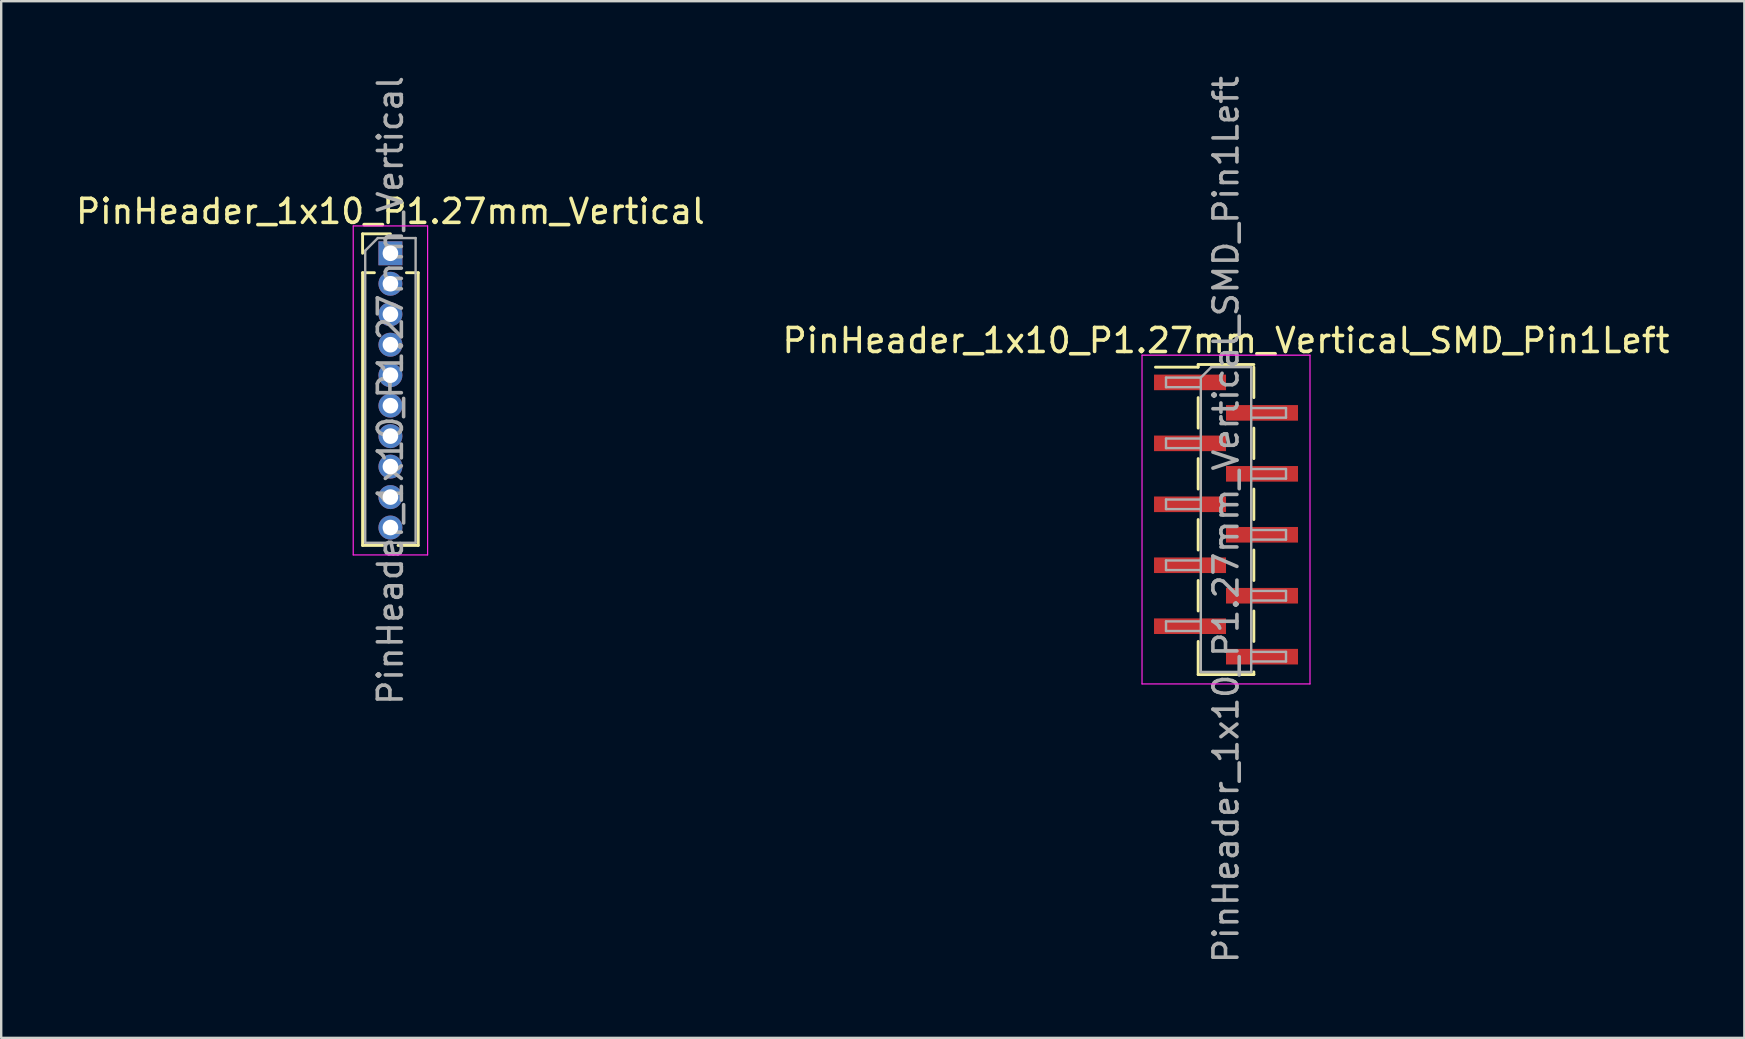
<source format=kicad_pcb>
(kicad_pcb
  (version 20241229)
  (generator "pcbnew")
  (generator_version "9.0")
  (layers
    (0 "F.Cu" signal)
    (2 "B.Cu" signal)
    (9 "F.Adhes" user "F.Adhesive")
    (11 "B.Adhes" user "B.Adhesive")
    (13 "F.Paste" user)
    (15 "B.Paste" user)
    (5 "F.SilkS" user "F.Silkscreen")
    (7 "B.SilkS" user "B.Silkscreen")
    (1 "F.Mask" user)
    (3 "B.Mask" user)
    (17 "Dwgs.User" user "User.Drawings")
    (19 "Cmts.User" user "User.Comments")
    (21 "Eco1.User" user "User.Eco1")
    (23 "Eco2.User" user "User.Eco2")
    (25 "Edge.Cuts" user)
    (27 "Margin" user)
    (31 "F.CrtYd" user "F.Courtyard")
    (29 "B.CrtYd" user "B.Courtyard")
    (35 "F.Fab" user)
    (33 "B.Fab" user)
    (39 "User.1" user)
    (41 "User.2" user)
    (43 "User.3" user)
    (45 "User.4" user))
  (footprint "PinHeader_1x10_P1.27mm_Vertical"
    (layer "F.Cu")
    (at 13.22 7.505)
    (property "Reference" "PinHeader_1x10_P1.27mm_Vertical" (at 0 -1.745 0) (layer "F.SilkS") (effects (font (size 1 1) (thickness 0.15))))
    (attr through_hole)
    (fp_line (start -1.16 -0.81) (end 0 -0.81) (stroke (width 0.12) (type solid)) (layer "F.SilkS"))
    (fp_line (start -1.16 0) (end -1.16 -0.81) (stroke (width 0.12) (type solid)) (layer "F.SilkS"))
    (fp_line (start -1.16 0.81) (end -1.16 12.175) (stroke (width 0.12) (type solid)) (layer "F.SilkS"))
    (fp_line (start -1.16 0.81) (end -0.667 0.81) (stroke (width 0.12) (type solid)) (layer "F.SilkS"))
    (fp_line (start -1.16 12.175) (end -0.318 12.175) (stroke (width 0.12) (type solid)) (layer "F.SilkS"))
    (fp_line (start 0.318 12.175) (end 1.16 12.175) (stroke (width 0.12) (type solid)) (layer "F.SilkS"))
    (fp_line (start 0.667 0.81) (end 1.16 0.81) (stroke (width 0.12) (type solid)) (layer "F.SilkS"))
    (fp_line (start 1.16 0.81) (end 1.16 12.175) (stroke (width 0.12) (type solid)) (layer "F.SilkS"))
    (fp_line (start -1.55 -1.14) (end -1.55 12.57) (stroke (width 0.05) (type solid)) (layer "F.CrtYd"))
    (fp_line (start -1.55 12.57) (end 1.55 12.57) (stroke (width 0.05) (type solid)) (layer "F.CrtYd"))
    (fp_line (start 1.55 -1.14) (end -1.55 -1.14) (stroke (width 0.05) (type solid)) (layer "F.CrtYd"))
    (fp_line (start 1.55 12.57) (end 1.55 -1.14) (stroke (width 0.05) (type solid)) (layer "F.CrtYd"))
    (fp_line (start -1.05 -0.11) (end -0.525 -0.635) (stroke (width 0.1) (type solid)) (layer "F.Fab"))
    (fp_line (start -1.05 12.065) (end -1.05 -0.11) (stroke (width 0.1) (type solid)) (layer "F.Fab"))
    (fp_line (start -0.525 -0.635) (end 1.05 -0.635) (stroke (width 0.1) (type solid)) (layer "F.Fab"))
    (fp_line (start 1.05 -0.635) (end 1.05 12.065) (stroke (width 0.1) (type solid)) (layer "F.Fab"))
    (fp_line (start 1.05 12.065) (end -1.05 12.065) (stroke (width 0.1) (type solid)) (layer "F.Fab"))
    (fp_text user "${REFERENCE}" (at 0 5.715 90) (layer "F.Fab") (effects (font (size 1 1) (thickness 0.15))))
    (pad "1" thru_hole rect (at 0 0) (size 1 1) (drill 0.65) (layers "*.Cu" "*.Mask"))
    (pad "2" thru_hole circle (at 0 1.27) (size 1 1) (drill 0.65) (layers "*.Cu" "*.Mask"))
    (pad "3" thru_hole circle (at 0 2.54) (size 1 1) (drill 0.65) (layers "*.Cu" "*.Mask"))
    (pad "4" thru_hole circle (at 0 3.81) (size 1 1) (drill 0.65) (layers "*.Cu" "*.Mask"))
    (pad "5" thru_hole circle (at 0 5.08) (size 1 1) (drill 0.65) (layers "*.Cu" "*.Mask"))
    (pad "6" thru_hole circle (at 0 6.35) (size 1 1) (drill 0.65) (layers "*.Cu" "*.Mask"))
    (pad "7" thru_hole circle (at 0 7.62) (size 1 1) (drill 0.65) (layers "*.Cu" "*.Mask"))
    (pad "8" thru_hole circle (at 0 8.89) (size 1 1) (drill 0.65) (layers "*.Cu" "*.Mask"))
    (pad "9" thru_hole circle (at 0 10.16) (size 1 1) (drill 0.65) (layers "*.Cu" "*.Mask"))
    (pad "10" thru_hole circle (at 0 11.43) (size 1 1) (drill 0.65) (layers "*.Cu" "*.Mask")))
  (footprint "PinHeader_1x10_P1.27mm_Vertical_SMD_Pin1Left"
    (layer "F.Cu")
    (at 48.042 18.601)
    (property "Reference" "PinHeader_1x10_P1.27mm_Vertical_SMD_Pin1Left" (at 0 -7.46 0) (layer "F.SilkS") (effects (font (size 1 1) (thickness 0.15))))
    (attr smd)
    (fp_line (start -1.16 -6.46) (end -1.16 -6.35) (stroke (width 0.12) (type solid)) (layer "F.SilkS"))
    (fp_line (start -1.16 -6.46) (end 1.16 -6.46) (stroke (width 0.12) (type solid)) (layer "F.SilkS"))
    (fp_line (start -1.16 -6.35) (end -2.94 -6.35) (stroke (width 0.12) (type solid)) (layer "F.SilkS"))
    (fp_line (start -1.16 -5.08) (end -1.16 -3.81) (stroke (width 0.12) (type solid)) (layer "F.SilkS"))
    (fp_line (start -1.16 -2.54) (end -1.16 -1.27) (stroke (width 0.12) (type solid)) (layer "F.SilkS"))
    (fp_line (start -1.16 0) (end -1.16 1.27) (stroke (width 0.12) (type solid)) (layer "F.SilkS"))
    (fp_line (start -1.16 2.54) (end -1.16 3.81) (stroke (width 0.12) (type solid)) (layer "F.SilkS"))
    (fp_line (start -1.16 5.08) (end -1.16 6.46) (stroke (width 0.12) (type solid)) (layer "F.SilkS"))
    (fp_line (start -1.16 6.46) (end 1.16 6.46) (stroke (width 0.12) (type solid)) (layer "F.SilkS"))
    (fp_line (start 1.16 -6.35) (end 1.16 -5.08) (stroke (width 0.12) (type solid)) (layer "F.SilkS"))
    (fp_line (start 1.16 -3.81) (end 1.16 -2.54) (stroke (width 0.12) (type solid)) (layer "F.SilkS"))
    (fp_line (start 1.16 -1.27) (end 1.16 0) (stroke (width 0.12) (type solid)) (layer "F.SilkS"))
    (fp_line (start 1.16 1.27) (end 1.16 2.54) (stroke (width 0.12) (type solid)) (layer "F.SilkS"))
    (fp_line (start 1.16 3.81) (end 1.16 5.08) (stroke (width 0.12) (type solid)) (layer "F.SilkS"))
    (fp_line (start 1.16 6.35) (end 1.16 6.46) (stroke (width 0.12) (type solid)) (layer "F.SilkS"))
    (fp_line (start -3.5 -6.85) (end -3.5 6.85) (stroke (width 0.05) (type solid)) (layer "F.CrtYd"))
    (fp_line (start -3.5 6.85) (end 3.5 6.85) (stroke (width 0.05) (type solid)) (layer "F.CrtYd"))
    (fp_line (start 3.5 -6.85) (end -3.5 -6.85) (stroke (width 0.05) (type solid)) (layer "F.CrtYd"))
    (fp_line (start 3.5 6.85) (end 3.5 -6.85) (stroke (width 0.05) (type solid)) (layer "F.CrtYd"))
    (fp_line (start -2.5 -5.915) (end -2.5 -5.515) (stroke (width 0.1) (type solid)) (layer "F.Fab"))
    (fp_line (start -2.5 -5.515) (end -1.05 -5.515) (stroke (width 0.1) (type solid)) (layer "F.Fab"))
    (fp_line (start -2.5 -3.375) (end -2.5 -2.975) (stroke (width 0.1) (type solid)) (layer "F.Fab"))
    (fp_line (start -2.5 -2.975) (end -1.05 -2.975) (stroke (width 0.1) (type solid)) (layer "F.Fab"))
    (fp_line (start -2.5 -0.835) (end -2.5 -0.435) (stroke (width 0.1) (type solid)) (layer "F.Fab"))
    (fp_line (start -2.5 -0.435) (end -1.05 -0.435) (stroke (width 0.1) (type solid)) (layer "F.Fab"))
    (fp_line (start -2.5 1.705) (end -2.5 2.105) (stroke (width 0.1) (type solid)) (layer "F.Fab"))
    (fp_line (start -2.5 2.105) (end -1.05 2.105) (stroke (width 0.1) (type solid)) (layer "F.Fab"))
    (fp_line (start -2.5 4.245) (end -2.5 4.645) (stroke (width 0.1) (type solid)) (layer "F.Fab"))
    (fp_line (start -2.5 4.645) (end -1.05 4.645) (stroke (width 0.1) (type solid)) (layer "F.Fab"))
    (fp_line (start -1.05 -5.915) (end -2.5 -5.915) (stroke (width 0.1) (type solid)) (layer "F.Fab"))
    (fp_line (start -1.05 -5.915) (end -0.615 -6.35) (stroke (width 0.1) (type solid)) (layer "F.Fab"))
    (fp_line (start -1.05 -3.375) (end -2.5 -3.375) (stroke (width 0.1) (type solid)) (layer "F.Fab"))
    (fp_line (start -1.05 -0.835) (end -2.5 -0.835) (stroke (width 0.1) (type solid)) (layer "F.Fab"))
    (fp_line (start -1.05 1.705) (end -2.5 1.705) (stroke (width 0.1) (type solid)) (layer "F.Fab"))
    (fp_line (start -1.05 4.245) (end -2.5 4.245) (stroke (width 0.1) (type solid)) (layer "F.Fab"))
    (fp_line (start -1.05 6.35) (end -1.05 -5.915) (stroke (width 0.1) (type solid)) (layer "F.Fab"))
    (fp_line (start -0.615 -6.35) (end 1.05 -6.35) (stroke (width 0.1) (type solid)) (layer "F.Fab"))
    (fp_line (start 1.05 -6.35) (end 1.05 6.35) (stroke (width 0.1) (type solid)) (layer "F.Fab"))
    (fp_line (start 1.05 -4.645) (end 2.5 -4.645) (stroke (width 0.1) (type solid)) (layer "F.Fab"))
    (fp_line (start 1.05 -2.105) (end 2.5 -2.105) (stroke (width 0.1) (type solid)) (layer "F.Fab"))
    (fp_line (start 1.05 0.435) (end 2.5 0.435) (stroke (width 0.1) (type solid)) (layer "F.Fab"))
    (fp_line (start 1.05 2.975) (end 2.5 2.975) (stroke (width 0.1) (type solid)) (layer "F.Fab"))
    (fp_line (start 1.05 5.515) (end 2.5 5.515) (stroke (width 0.1) (type solid)) (layer "F.Fab"))
    (fp_line (start 1.05 6.35) (end -1.05 6.35) (stroke (width 0.1) (type solid)) (layer "F.Fab"))
    (fp_line (start 2.5 -4.645) (end 2.5 -4.245) (stroke (width 0.1) (type solid)) (layer "F.Fab"))
    (fp_line (start 2.5 -4.245) (end 1.05 -4.245) (stroke (width 0.1) (type solid)) (layer "F.Fab"))
    (fp_line (start 2.5 -2.105) (end 2.5 -1.705) (stroke (width 0.1) (type solid)) (layer "F.Fab"))
    (fp_line (start 2.5 -1.705) (end 1.05 -1.705) (stroke (width 0.1) (type solid)) (layer "F.Fab"))
    (fp_line (start 2.5 0.435) (end 2.5 0.835) (stroke (width 0.1) (type solid)) (layer "F.Fab"))
    (fp_line (start 2.5 0.835) (end 1.05 0.835) (stroke (width 0.1) (type solid)) (layer "F.Fab"))
    (fp_line (start 2.5 2.975) (end 2.5 3.375) (stroke (width 0.1) (type solid)) (layer "F.Fab"))
    (fp_line (start 2.5 3.375) (end 1.05 3.375) (stroke (width 0.1) (type solid)) (layer "F.Fab"))
    (fp_line (start 2.5 5.515) (end 2.5 5.915) (stroke (width 0.1) (type solid)) (layer "F.Fab"))
    (fp_line (start 2.5 5.915) (end 1.05 5.915) (stroke (width 0.1) (type solid)) (layer "F.Fab"))
    (fp_text user "${REFERENCE}" (at 0 0 90) (layer "F.Fab") (effects (font (size 1 1) (thickness 0.15))))
    (pad "1" smd rect (at -1.5 -5.715) (size 3 0.65) (layers "F.Cu" "F.Mask" "F.Paste"))
    (pad "2" smd rect (at 1.5 -4.445) (size 3 0.65) (layers "F.Cu" "F.Mask" "F.Paste"))
    (pad "3" smd rect (at -1.5 -3.175) (size 3 0.65) (layers "F.Cu" "F.Mask" "F.Paste"))
    (pad "4" smd rect (at 1.5 -1.905) (size 3 0.65) (layers "F.Cu" "F.Mask" "F.Paste"))
    (pad "5" smd rect (at -1.5 -0.635) (size 3 0.65) (layers "F.Cu" "F.Mask" "F.Paste"))
    (pad "6" smd rect (at 1.5 0.635) (size 3 0.65) (layers "F.Cu" "F.Mask" "F.Paste"))
    (pad "7" smd rect (at -1.5 1.905) (size 3 0.65) (layers "F.Cu" "F.Mask" "F.Paste"))
    (pad "8" smd rect (at 1.5 3.175) (size 3 0.65) (layers "F.Cu" "F.Mask" "F.Paste"))
    (pad "9" smd rect (at -1.5 4.445) (size 3 0.65) (layers "F.Cu" "F.Mask" "F.Paste"))
    (pad "10" smd rect (at 1.5 5.715) (size 3 0.65) (layers "F.Cu" "F.Mask" "F.Paste")))
  (gr_rect
    (start -3 -3)
    (end 69.643 40.202)
    (stroke (width 0.1) (type default))
    (fill no)
    (layer "Edge.Cuts")))
</source>
